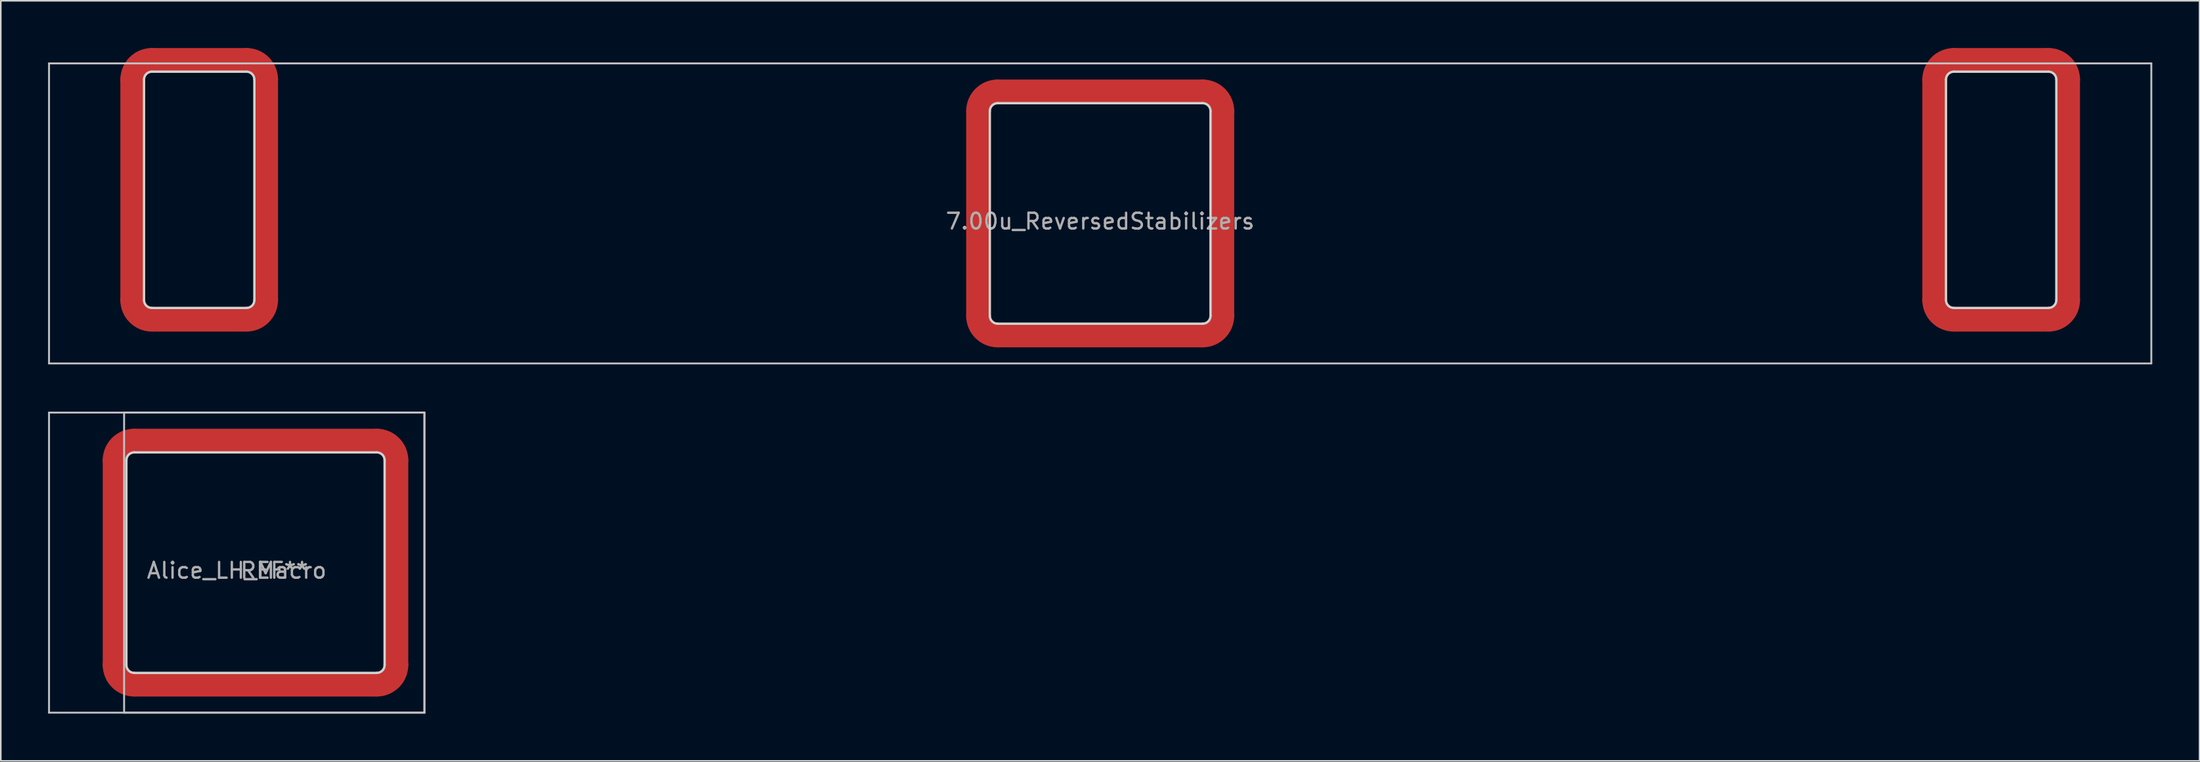
<source format=kicad_pcb>
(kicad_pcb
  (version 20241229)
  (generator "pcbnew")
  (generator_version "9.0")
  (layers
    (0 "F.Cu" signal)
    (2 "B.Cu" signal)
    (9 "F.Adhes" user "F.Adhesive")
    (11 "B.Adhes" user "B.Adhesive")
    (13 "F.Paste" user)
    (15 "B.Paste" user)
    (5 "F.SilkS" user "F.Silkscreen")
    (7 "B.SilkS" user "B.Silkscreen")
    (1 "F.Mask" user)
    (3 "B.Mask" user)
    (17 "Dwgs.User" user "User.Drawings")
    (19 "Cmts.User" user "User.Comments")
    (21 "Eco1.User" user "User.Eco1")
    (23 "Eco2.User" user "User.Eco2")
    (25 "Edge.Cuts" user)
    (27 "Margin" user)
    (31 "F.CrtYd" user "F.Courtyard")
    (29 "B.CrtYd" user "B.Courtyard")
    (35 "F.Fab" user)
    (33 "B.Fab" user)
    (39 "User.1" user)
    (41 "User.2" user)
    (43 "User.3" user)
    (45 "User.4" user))
  (footprint "Alice_LH_Macro"
    (layer "F.Cu")
    (at 11.966 32.67)
    (property "Reference" "Alice_LH_Macro" (at 0 0.5 0) (layer "F.Fab") (effects (font (size 1 1) (thickness 0.15))))
    (attr through_hole)
    (fp_line (start -7.75 6.5) (end -7.75 -6.5) (stroke (width 1.5) (type solid)) (layer "F.Cu"))
    (fp_line (start -6.5 -7.75) (end 8.881 -7.75) (stroke (width 1.5) (type solid)) (layer "F.Cu"))
    (fp_line (start 8.881 7.75) (end -6.5 7.75) (stroke (width 1.5) (type solid)) (layer "F.Cu"))
    (fp_line (start 10.131 -6.5) (end 10.131 6.5) (stroke (width 1.5) (type solid)) (layer "F.Cu"))
    (fp_arc (start -7.75 -6.5) (mid -7.383883 -7.383883) (end -6.5 -7.75) (stroke (width 1.5) (type solid)) (layer "F.Cu"))
    (fp_arc (start -6.5 7.75) (mid -7.383883 7.383883) (end -7.75 6.5) (stroke (width 1.5) (type solid)) (layer "F.Cu"))
    (fp_arc (start 8.881249 -7.75) (mid 9.765133 -7.383883) (end 10.13125 -6.499999) (stroke (width 1.5) (type solid)) (layer "F.Cu"))
    (fp_arc (start 10.13125 6.5) (mid 9.765133 7.383883) (end 8.88125 7.75) (stroke (width 1.5) (type solid)) (layer "F.Cu"))
    (fp_line (start -7.75 6.5) (end -7.75 -6.5) (stroke (width 1.5) (type solid)) (layer "F.Mask"))
    (fp_line (start -6.5 -7.75) (end 8.881 -7.75) (stroke (width 1.5) (type solid)) (layer "F.Mask"))
    (fp_line (start 8.881 7.75) (end -6.5 7.75) (stroke (width 1.5) (type solid)) (layer "F.Mask"))
    (fp_line (start 10.131 -6.5) (end 10.131 6.5) (stroke (width 1.5) (type solid)) (layer "F.Mask"))
    (fp_arc (start -7.75 -6.5) (mid -7.383883 -7.383883) (end -6.5 -7.75) (stroke (width 1.5) (type solid)) (layer "F.Mask"))
    (fp_arc (start -6.5 7.75) (mid -7.383883 7.383883) (end -7.75 6.5) (stroke (width 1.5) (type solid)) (layer "F.Mask"))
    (fp_arc (start 8.881249 -7.75) (mid 9.765133 -7.383883) (end 10.13125 -6.499999) (stroke (width 1.5) (type solid)) (layer "F.Mask"))
    (fp_arc (start 10.13125 6.5) (mid 9.765133 7.383883) (end 8.88125 7.75) (stroke (width 1.5) (type solid)) (layer "F.Mask"))
    (fp_line (start -11.906 -9.525) (end -11.906 9.525) (stroke (width 0.12) (type solid)) (layer "Dwgs.User"))
    (fp_line (start -11.906 9.525) (end 11.906 9.525) (stroke (width 0.12) (type solid)) (layer "Dwgs.User"))
    (fp_line (start -7.144 -9.525) (end -7.144 9.525) (stroke (width 0.12) (type solid)) (layer "Dwgs.User"))
    (fp_line (start -7.144 9.525) (end 11.906 9.525) (stroke (width 0.12) (type solid)) (layer "Dwgs.User"))
    (fp_line (start 11.906 -9.525) (end -11.906 -9.525) (stroke (width 0.12) (type solid)) (layer "Dwgs.User"))
    (fp_line (start 11.906 -9.525) (end -7.144 -9.525) (stroke (width 0.12) (type solid)) (layer "Dwgs.User"))
    (fp_line (start 11.906 9.525) (end 11.906 -9.525) (stroke (width 0.12) (type solid)) (layer "Dwgs.User"))
    (fp_line (start 11.906 9.525) (end 11.906 -9.525) (stroke (width 0.12) (type solid)) (layer "Dwgs.User"))
    (fp_line (start -7 -6.5) (end -7 6.5) (stroke (width 0.15) (type solid)) (layer "Edge.Cuts"))
    (fp_line (start -6.5 7) (end 8.881 7) (stroke (width 0.15) (type solid)) (layer "Edge.Cuts"))
    (fp_line (start 8.881 -7) (end -6.5 -7) (stroke (width 0.15) (type solid)) (layer "Edge.Cuts"))
    (fp_line (start 9.381 6.5) (end 9.381 -6.5) (stroke (width 0.15) (type solid)) (layer "Edge.Cuts"))
    (fp_arc (start -7 -6.5) (mid -6.853553 -6.853553) (end -6.5 -7) (stroke (width 0.15) (type solid)) (layer "Edge.Cuts"))
    (fp_arc (start -6.5 7) (mid -6.853553 6.853553) (end -7 6.5) (stroke (width 0.15) (type solid)) (layer "Edge.Cuts"))
    (fp_arc (start 8.88125 -7) (mid 9.234803 -6.853553) (end 9.38125 -6.5) (stroke (width 0.15) (type solid)) (layer "Edge.Cuts"))
    (fp_arc (start 9.38125 6.500001) (mid 9.234803 6.853554) (end 8.881249 7) (stroke (width 0.15) (type solid)) (layer "Edge.Cuts"))
    (fp_text user "REF**" (at 2.381 0.5 0) (layer "F.Fab") (effects (font (size 1 1) (thickness 0.15)))))
  (footprint "7.00u_ReversedStabilizers"
    (layer "F.Cu")
    (at 66.735 10.5)
    (property "Reference" "7.00u_ReversedStabilizers" (at 0 0.5 0) (layer "F.Fab") (effects (font (size 1 1) (thickness 0.15))))
    (attr through_hole)
    (fp_line (start -61.4 5.5) (end -61.4 -8.5) (stroke (width 1.5) (type solid)) (layer "F.Cu"))
    (fp_line (start -60.15 -9.75) (end -54.15 -9.75) (stroke (width 1.5) (type solid)) (layer "F.Cu"))
    (fp_line (start -54.15 6.75) (end -60.15 6.75) (stroke (width 1.5) (type solid)) (layer "F.Cu"))
    (fp_line (start -52.9 -8.5) (end -52.9 5.5) (stroke (width 1.5) (type solid)) (layer "F.Cu"))
    (fp_line (start -7.75 6.5) (end -7.75 -6.5) (stroke (width 1.5) (type solid)) (layer "F.Cu"))
    (fp_line (start -6.5 -7.75) (end 6.5 -7.75) (stroke (width 1.5) (type solid)) (layer "F.Cu"))
    (fp_line (start 6.5 7.75) (end -6.5 7.75) (stroke (width 1.5) (type solid)) (layer "F.Cu"))
    (fp_line (start 7.75 -6.5) (end 7.75 6.5) (stroke (width 1.5) (type solid)) (layer "F.Cu"))
    (fp_line (start 52.9 5.5) (end 52.9 -8.5) (stroke (width 1.5) (type solid)) (layer "F.Cu"))
    (fp_line (start 54.15 -9.75) (end 60.15 -9.75) (stroke (width 1.5) (type solid)) (layer "F.Cu"))
    (fp_line (start 60.15 6.75) (end 54.15 6.75) (stroke (width 1.5) (type solid)) (layer "F.Cu"))
    (fp_line (start 61.4 -8.5) (end 61.4 5.5) (stroke (width 1.5) (type solid)) (layer "F.Cu"))
    (fp_arc (start -61.400002 -8.499999) (mid -61.033885 -9.383883) (end -60.150001 -9.75) (stroke (width 1.5) (type solid)) (layer "F.Cu"))
    (fp_arc (start -60.150001 6.749999) (mid -61.033884 6.383882) (end -61.400001 5.499999) (stroke (width 1.5) (type solid)) (layer "F.Cu"))
    (fp_arc (start -54.150001 -9.75) (mid -53.266118 -9.383883) (end -52.900001 -8.5) (stroke (width 1.5) (type solid)) (layer "F.Cu"))
    (fp_arc (start -52.900001 5.499999) (mid -53.266117 6.383883) (end -54.15 6.75) (stroke (width 1.5) (type solid)) (layer "F.Cu"))
    (fp_arc (start -7.750001 -6.5) (mid -7.383884 -7.383883) (end -6.500001 -7.75) (stroke (width 1.5) (type solid)) (layer "F.Cu"))
    (fp_arc (start -6.500001 7.75) (mid -7.383884 7.383883) (end -7.750001 6.5) (stroke (width 1.5) (type solid)) (layer "F.Cu"))
    (fp_arc (start 6.499998 -7.75) (mid 7.383881 -7.383883) (end 7.749998 -6.5) (stroke (width 1.5) (type solid)) (layer "F.Cu"))
    (fp_arc (start 7.749997 6.5) (mid 7.383881 7.383883) (end 6.499998 7.749999) (stroke (width 1.5) (type solid)) (layer "F.Cu"))
    (fp_arc (start 52.899998 -8.499999) (mid 53.266115 -9.383883) (end 54.149999 -9.75) (stroke (width 1.5) (type solid)) (layer "F.Cu"))
    (fp_arc (start 54.149999 6.749999) (mid 53.266116 6.383882) (end 52.899999 5.499999) (stroke (width 1.5) (type solid)) (layer "F.Cu"))
    (fp_arc (start 60.149999 -9.75) (mid 61.033882 -9.383883) (end 61.399999 -8.5) (stroke (width 1.5) (type solid)) (layer "F.Cu"))
    (fp_arc (start 61.399999 5.499999) (mid 61.033883 6.383883) (end 60.15 6.75) (stroke (width 1.5) (type solid)) (layer "F.Cu"))
    (fp_line (start -61.4 5.5) (end -61.4 -8.5) (stroke (width 1.5) (type solid)) (layer "F.Mask"))
    (fp_line (start -60.15 -9.75) (end -54.15 -9.75) (stroke (width 1.5) (type solid)) (layer "F.Mask"))
    (fp_line (start -54.15 6.75) (end -60.15 6.75) (stroke (width 1.5) (type solid)) (layer "F.Mask"))
    (fp_line (start -52.9 -8.5) (end -52.9 5.5) (stroke (width 1.5) (type solid)) (layer "F.Mask"))
    (fp_line (start -7.75 6.5) (end -7.75 -6.5) (stroke (width 1.5) (type solid)) (layer "F.Mask"))
    (fp_line (start -6.5 -7.75) (end 6.5 -7.75) (stroke (width 1.5) (type solid)) (layer "F.Mask"))
    (fp_line (start 6.5 7.75) (end -6.5 7.75) (stroke (width 1.5) (type solid)) (layer "F.Mask"))
    (fp_line (start 7.75 -6.5) (end 7.75 6.5) (stroke (width 1.5) (type solid)) (layer "F.Mask"))
    (fp_line (start 52.9 5.5) (end 52.9 -8.5) (stroke (width 1.5) (type solid)) (layer "F.Mask"))
    (fp_line (start 54.15 -9.75) (end 60.15 -9.75) (stroke (width 1.5) (type solid)) (layer "F.Mask"))
    (fp_line (start 60.15 6.75) (end 54.15 6.75) (stroke (width 1.5) (type solid)) (layer "F.Mask"))
    (fp_line (start 61.4 -8.5) (end 61.4 5.5) (stroke (width 1.5) (type solid)) (layer "F.Mask"))
    (fp_arc (start -61.400002 -8.499999) (mid -61.033885 -9.383883) (end -60.150001 -9.75) (stroke (width 1.5) (type solid)) (layer "F.Mask"))
    (fp_arc (start -60.150001 6.749999) (mid -61.033884 6.383882) (end -61.400001 5.499999) (stroke (width 1.5) (type solid)) (layer "F.Mask"))
    (fp_arc (start -54.150001 -9.75) (mid -53.266118 -9.383883) (end -52.900001 -8.5) (stroke (width 1.5) (type solid)) (layer "F.Mask"))
    (fp_arc (start -52.900001 5.499999) (mid -53.266117 6.383883) (end -54.15 6.75) (stroke (width 1.5) (type solid)) (layer "F.Mask"))
    (fp_arc (start -7.750001 -6.5) (mid -7.383884 -7.383883) (end -6.500001 -7.75) (stroke (width 1.5) (type solid)) (layer "F.Mask"))
    (fp_arc (start -6.500001 7.75) (mid -7.383884 7.383883) (end -7.750001 6.5) (stroke (width 1.5) (type solid)) (layer "F.Mask"))
    (fp_arc (start 6.499998 -7.75) (mid 7.383881 -7.383883) (end 7.749998 -6.5) (stroke (width 1.5) (type solid)) (layer "F.Mask"))
    (fp_arc (start 7.749997 6.5) (mid 7.383881 7.383883) (end 6.499998 7.749999) (stroke (width 1.5) (type solid)) (layer "F.Mask"))
    (fp_arc (start 52.899998 -8.499999) (mid 53.266115 -9.383883) (end 54.149999 -9.75) (stroke (width 1.5) (type solid)) (layer "F.Mask"))
    (fp_arc (start 54.149999 6.749999) (mid 53.266116 6.383882) (end 52.899999 5.499999) (stroke (width 1.5) (type solid)) (layer "F.Mask"))
    (fp_arc (start 60.149999 -9.75) (mid 61.033882 -9.383883) (end 61.399999 -8.5) (stroke (width 1.5) (type solid)) (layer "F.Mask"))
    (fp_arc (start 61.399999 5.499999) (mid 61.033883 6.383883) (end 60.15 6.75) (stroke (width 1.5) (type solid)) (layer "F.Mask"))
    (fp_line (start -66.675 -9.525) (end -66.675 9.525) (stroke (width 0.12) (type solid)) (layer "Dwgs.User"))
    (fp_line (start -66.675 -9.525) (end 66.675 -9.525) (stroke (width 0.12) (type solid)) (layer "Dwgs.User"))
    (fp_line (start -66.675 9.525) (end 66.675 9.525) (stroke (width 0.12) (type solid)) (layer "Dwgs.User"))
    (fp_line (start 66.675 -9.525) (end 66.675 9.525) (stroke (width 0.12) (type solid)) (layer "Dwgs.User"))
    (fp_line (start -60.65 5.5) (end -60.65 -8.5) (stroke (width 0.15) (type solid)) (layer "Edge.Cuts"))
    (fp_line (start -60.15 -9) (end -54.15 -9) (stroke (width 0.15) (type solid)) (layer "Edge.Cuts"))
    (fp_line (start -54.15 6) (end -60.15 6) (stroke (width 0.15) (type solid)) (layer "Edge.Cuts"))
    (fp_line (start -53.65 -8.5) (end -53.65 5.5) (stroke (width 0.15) (type solid)) (layer "Edge.Cuts"))
    (fp_line (start -7 6.5) (end -7 -6.5) (stroke (width 0.15) (type solid)) (layer "Edge.Cuts"))
    (fp_line (start -6.5 -7) (end 6.5 -7) (stroke (width 0.15) (type solid)) (layer "Edge.Cuts"))
    (fp_line (start 6.5 7) (end -6.5 7) (stroke (width 0.15) (type solid)) (layer "Edge.Cuts"))
    (fp_line (start 7 -6.5) (end 7 6.5) (stroke (width 0.15) (type solid)) (layer "Edge.Cuts"))
    (fp_line (start 53.65 5.5) (end 53.65 -8.5) (stroke (width 0.15) (type solid)) (layer "Edge.Cuts"))
    (fp_line (start 54.15 -9) (end 60.15 -9) (stroke (width 0.15) (type solid)) (layer "Edge.Cuts"))
    (fp_line (start 60.15 6) (end 54.15 6) (stroke (width 0.15) (type solid)) (layer "Edge.Cuts"))
    (fp_line (start 60.65 5.5) (end 60.65 -8.5) (stroke (width 0.15) (type solid)) (layer "Edge.Cuts"))
    (fp_arc (start -60.650002 -8.499999) (mid -60.503555 -8.853553) (end -60.150001 -9) (stroke (width 0.15) (type solid)) (layer "Edge.Cuts"))
    (fp_arc (start -60.150001 5.999999) (mid -60.503554 5.853552) (end -60.650001 5.499999) (stroke (width 0.15) (type solid)) (layer "Edge.Cuts"))
    (fp_arc (start -54.150001 -9) (mid -53.796448 -8.853553) (end -53.650001 -8.5) (stroke (width 0.15) (type solid)) (layer "Edge.Cuts"))
    (fp_arc (start -53.65 5.499998) (mid -53.796446 5.853552) (end -54.15 6) (stroke (width 0.15) (type solid)) (layer "Edge.Cuts"))
    (fp_arc (start -7.000001 -6.5) (mid -6.853554 -6.853553) (end -6.500001 -7) (stroke (width 0.15) (type solid)) (layer "Edge.Cuts"))
    (fp_arc (start -6.500001 7) (mid -6.853554 6.853553) (end -7.000001 6.5) (stroke (width 0.15) (type solid)) (layer "Edge.Cuts"))
    (fp_arc (start 6.499998 -7) (mid 6.853551 -6.853553) (end 6.999998 -6.5) (stroke (width 0.15) (type solid)) (layer "Edge.Cuts"))
    (fp_arc (start 6.999997 6.5) (mid 6.853551 6.853553) (end 6.499998 6.999999) (stroke (width 0.15) (type solid)) (layer "Edge.Cuts"))
    (fp_arc (start 53.649998 -8.499999) (mid 53.796445 -8.853553) (end 54.149999 -9) (stroke (width 0.15) (type solid)) (layer "Edge.Cuts"))
    (fp_arc (start 54.149999 5.999999) (mid 53.796446 5.853552) (end 53.649999 5.499999) (stroke (width 0.15) (type solid)) (layer "Edge.Cuts"))
    (fp_arc (start 60.149999 -9) (mid 60.503552 -8.853553) (end 60.649999 -8.5) (stroke (width 0.15) (type solid)) (layer "Edge.Cuts"))
    (fp_arc (start 60.65 5.499999) (mid 60.503553 5.853553) (end 60.149999 6) (stroke (width 0.15) (type solid)) (layer "Edge.Cuts")))
  (gr_rect
    (start -3 -3)
    (end 136.47 45.255)
    (stroke (width 0.1) (type default))
    (fill no)
    (layer "Edge.Cuts")))
</source>
